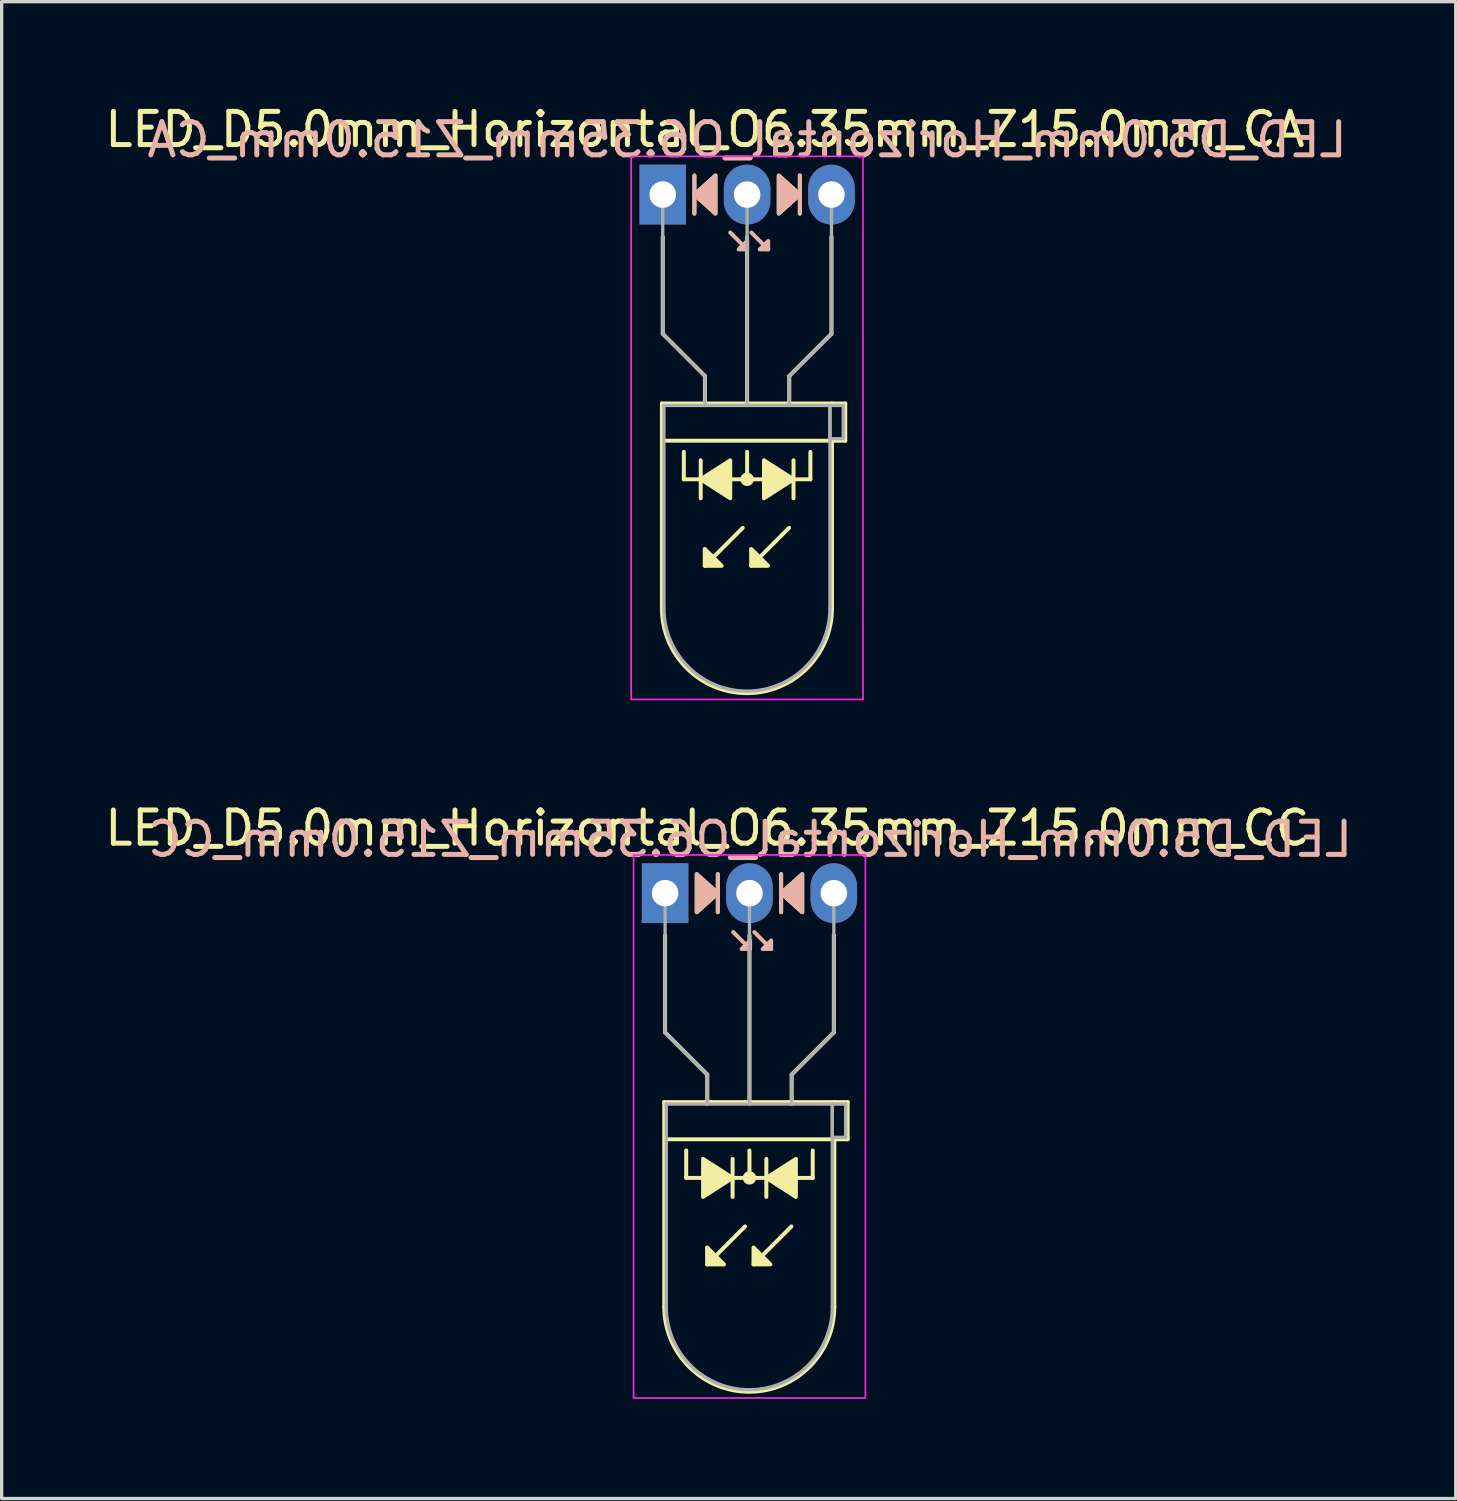
<source format=kicad_pcb>
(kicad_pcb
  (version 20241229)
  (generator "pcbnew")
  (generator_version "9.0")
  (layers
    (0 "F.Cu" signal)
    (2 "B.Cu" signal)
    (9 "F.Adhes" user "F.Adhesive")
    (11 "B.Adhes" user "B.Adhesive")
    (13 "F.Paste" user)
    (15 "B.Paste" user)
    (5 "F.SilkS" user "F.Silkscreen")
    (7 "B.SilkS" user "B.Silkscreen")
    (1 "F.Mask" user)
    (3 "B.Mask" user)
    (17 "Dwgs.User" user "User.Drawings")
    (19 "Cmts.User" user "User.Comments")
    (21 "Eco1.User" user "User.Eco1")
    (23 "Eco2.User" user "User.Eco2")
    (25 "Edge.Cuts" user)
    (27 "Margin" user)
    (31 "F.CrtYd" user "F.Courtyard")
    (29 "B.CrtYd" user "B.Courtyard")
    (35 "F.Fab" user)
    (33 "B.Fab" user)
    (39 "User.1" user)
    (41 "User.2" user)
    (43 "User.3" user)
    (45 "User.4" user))
  (footprint "LED_D5.0mm_Horizontal_O6.35mm_Z15.0mm_CA"
    (layer "F.Cu")
    (at 16.903 2.808)
    (property "Reference" "LED_D5.0mm_Horizontal_O6.35mm_Z15.0mm_CA" (at 1.27 -1.96 0) (layer "F.SilkS") (effects (font (size 1 1) (thickness 0.15))))
    (fp_line (start -0.025 6.29) (end -0.025 12.45) (stroke (width 0.12) (type solid)) (layer "F.SilkS"))
    (fp_line (start -0.025 6.29) (end 5.095 6.29) (stroke (width 0.12) (type solid)) (layer "F.SilkS"))
    (fp_line (start 0 1.27) (end 0 4.191) (stroke (width 0.12) (type default)) (layer "F.SilkS"))
    (fp_line (start 0 4.191) (end 1.27 5.461) (stroke (width 0.12) (type default)) (layer "F.SilkS"))
    (fp_line (start 0.635 8.572) (end 0.635 7.747) (stroke (width 0.12) (type default)) (layer "F.SilkS"))
    (fp_line (start 0.635 8.572) (end 4.445 8.572) (stroke (width 0.12) (type default)) (layer "F.SilkS"))
    (fp_line (start 0.953 -0.572) (end 0.953 0.572) (stroke (width 0.12) (type solid)) (layer "F.SilkS"))
    (fp_line (start 1.143 8.001) (end 1.143 9.144) (stroke (width 0.12) (type solid)) (layer "F.SilkS"))
    (fp_line (start 1.265 6.29) (end 1.265 6.29) (stroke (width 0.12) (type solid)) (layer "F.SilkS"))
    (fp_line (start 1.27 5.461) (end 1.27 6.29) (stroke (width 0.12) (type default)) (layer "F.SilkS"))
    (fp_line (start 2.408 10.033) (end 1.265 11.176) (stroke (width 0.12) (type solid)) (layer "F.SilkS"))
    (fp_line (start 2.54 6.29) (end 2.54 1.27) (stroke (width 0.12) (type default)) (layer "F.SilkS"))
    (fp_line (start 2.54 8.572) (end 2.54 7.747) (stroke (width 0.12) (type default)) (layer "F.SilkS"))
    (fp_line (start 3.805 6.29) (end 3.805 6.29) (stroke (width 0.12) (type solid)) (layer "F.SilkS"))
    (fp_line (start 3.805 10.033) (end 2.662 11.176) (stroke (width 0.12) (type solid)) (layer "F.SilkS"))
    (fp_line (start 3.81 5.461) (end 3.81 6.29) (stroke (width 0.12) (type default)) (layer "F.SilkS"))
    (fp_line (start 3.937 9.144) (end 3.937 8.001) (stroke (width 0.12) (type solid)) (layer "F.SilkS"))
    (fp_line (start 4.128 0.572) (end 4.128 -0.572) (stroke (width 0.12) (type solid)) (layer "F.SilkS"))
    (fp_line (start 4.445 8.572) (end 4.445 7.747) (stroke (width 0.12) (type default)) (layer "F.SilkS"))
    (fp_line (start 5.08 1.27) (end 5.08 4.191) (stroke (width 0.12) (type default)) (layer "F.SilkS"))
    (fp_line (start 5.08 4.191) (end 3.81 5.461) (stroke (width 0.12) (type default)) (layer "F.SilkS"))
    (fp_line (start 5.095 6.29) (end 5.495 6.29) (stroke (width 0.12) (type solid)) (layer "F.SilkS"))
    (fp_line (start 5.095 7.41) (end 5.095 12.45) (stroke (width 0.12) (type solid)) (layer "F.SilkS"))
    (fp_line (start 5.495 6.29) (end 5.495 7.41) (stroke (width 0.12) (type solid)) (layer "F.SilkS"))
    (fp_line (start 5.495 7.41) (end -0.005 7.41) (stroke (width 0.12) (type solid)) (layer "F.SilkS"))
    (fp_arc (start 5.095 12.45) (mid 2.535 15.01) (end -0.025 12.45) (stroke (width 0.12) (type solid)) (layer "F.SilkS"))
    (fp_circle (center 2.54 8.572) (end 2.682 8.572) (stroke (width 0.12) (type solid)) (fill yes) (layer "F.SilkS"))
    (fp_poly (pts (xy 1.265 10.668) (xy 1.773 11.176) (xy 1.265 11.176)) (stroke (width 0.12) (type solid)) (fill yes) (layer "F.SilkS"))
    (fp_poly (pts (xy 1.587 0.572) (xy 0.953 0) (xy 1.587 -0.572)) (stroke (width 0.12) (type solid)) (fill yes) (layer "F.SilkS"))
    (fp_poly (pts (xy 2.032 9.144) (xy 1.143 8.572) (xy 2.032 8.001)) (stroke (width 0.12) (type solid)) (fill yes) (layer "F.SilkS"))
    (fp_poly (pts (xy 2.662 10.668) (xy 3.17 11.176) (xy 2.662 11.176)) (stroke (width 0.12) (type solid)) (fill yes) (layer "F.SilkS"))
    (fp_poly (pts (xy 3.048 8.001) (xy 3.937 8.572) (xy 3.048 9.144)) (stroke (width 0.12) (type solid)) (fill yes) (layer "F.SilkS"))
    (fp_poly (pts (xy 3.493 -0.572) (xy 4.128 0) (xy 3.493 0.572)) (stroke (width 0.12) (type solid)) (fill yes) (layer "F.SilkS"))
    (fp_line (start 0.953 -0.572) (end 0.953 0.572) (stroke (width 0.12) (type solid)) (layer "B.SilkS"))
    (fp_line (start 2.54 1.651) (end 2.032 1.143) (stroke (width 0.12) (type solid)) (layer "B.SilkS"))
    (fp_line (start 3.175 1.651) (end 2.667 1.143) (stroke (width 0.12) (type solid)) (layer "B.SilkS"))
    (fp_line (start 4.128 0.572) (end 4.128 -0.572) (stroke (width 0.12) (type solid)) (layer "B.SilkS"))
    (fp_poly (pts (xy 1.587 0.572) (xy 0.953 0) (xy 1.587 -0.572)) (stroke (width 0.12) (type solid)) (fill yes) (layer "B.SilkS"))
    (fp_poly (pts (xy 2.54 1.397) (xy 2.286 1.651) (xy 2.54 1.651)) (stroke (width 0.12) (type solid)) (fill yes) (layer "B.SilkS"))
    (fp_poly (pts (xy 3.175 1.397) (xy 2.921 1.651) (xy 3.175 1.651)) (stroke (width 0.12) (type solid)) (fill yes) (layer "B.SilkS"))
    (fp_poly (pts (xy 3.493 0.572) (xy 4.128 0) (xy 3.493 -0.572)) (stroke (width 0.12) (type solid)) (fill yes) (layer "B.SilkS"))
    (fp_rect (start -0.95 -1.15) (end 6.03 15.2) (stroke (width 0.05) (type default)) (fill no) (layer "F.CrtYd"))
    (fp_line (start 0 0) (end 0 0) (stroke (width 0.1) (type solid)) (layer "F.Fab"))
    (fp_line (start 0 4.191) (end 0 0) (stroke (width 0.1) (type default)) (layer "F.Fab"))
    (fp_line (start 0.035 6.35) (end 0.035 12.45) (stroke (width 0.1) (type solid)) (layer "F.Fab"))
    (fp_line (start 0.035 6.35) (end 5.035 6.35) (stroke (width 0.1) (type solid)) (layer "F.Fab"))
    (fp_line (start 1.265 6.35) (end 1.265 6.35) (stroke (width 0.1) (type solid)) (layer "F.Fab"))
    (fp_line (start 1.27 5.461) (end 0 4.191) (stroke (width 0.1) (type default)) (layer "F.Fab"))
    (fp_line (start 1.27 5.461) (end 1.27 6.35) (stroke (width 0.1) (type default)) (layer "F.Fab"))
    (fp_line (start 2.54 0) (end 2.54 0) (stroke (width 0.1) (type solid)) (layer "F.Fab"))
    (fp_line (start 2.54 0) (end 2.54 6.35) (stroke (width 0.1) (type default)) (layer "F.Fab"))
    (fp_line (start 3.805 6.35) (end 3.805 6.35) (stroke (width 0.1) (type solid)) (layer "F.Fab"))
    (fp_line (start 3.81 5.461) (end 3.81 6.35) (stroke (width 0.1) (type default)) (layer "F.Fab"))
    (fp_line (start 3.81 5.461) (end 5.08 4.191) (stroke (width 0.1) (type default)) (layer "F.Fab"))
    (fp_line (start 5.035 6.35) (end 5.035 12.45) (stroke (width 0.1) (type solid)) (layer "F.Fab"))
    (fp_line (start 5.035 6.35) (end 5.435 6.35) (stroke (width 0.1) (type solid)) (layer "F.Fab"))
    (fp_line (start 5.035 7.35) (end 5.035 6.35) (stroke (width 0.1) (type solid)) (layer "F.Fab"))
    (fp_line (start 5.08 4.191) (end 5.08 0) (stroke (width 0.1) (type default)) (layer "F.Fab"))
    (fp_line (start 5.435 6.35) (end 5.435 7.35) (stroke (width 0.1) (type solid)) (layer "F.Fab"))
    (fp_line (start 5.435 7.35) (end 5.035 7.35) (stroke (width 0.1) (type solid)) (layer "F.Fab"))
    (fp_arc (start 5.035 12.45) (mid 2.535 14.95) (end 0.035 12.45) (stroke (width 0.1) (type solid)) (layer "F.Fab"))
    (fp_text user "${REFERENCE}" (at 2.54 -1.651 0) (layer "B.SilkS") (effects (font (size 1 1) (thickness 0.15)) (justify mirror)))
    (pad "1" thru_hole rect (at 0 0) (size 1.4 1.8) (drill 0.8) (layers "*.Cu" "*.Mask"))
    (pad "2" thru_hole oval (at 2.54 0) (size 1.4 1.8) (drill 0.8) (layers "*.Cu" "*.Mask"))
    (pad "3" thru_hole oval (at 5.08 0) (size 1.4 1.8) (drill 0.8) (layers "*.Cu" "*.Mask")))
  (footprint "LED_D5.0mm_Horizontal_O6.35mm_Z15.0mm_CC"
    (layer "F.Cu")
    (at 16.974 23.841)
    (property "Reference" "LED_D5.0mm_Horizontal_O6.35mm_Z15.0mm_CC" (at 1.27 -1.96 0) (layer "F.SilkS") (effects (font (size 1 1) (thickness 0.15))))
    (fp_line (start -0.025 6.29) (end -0.025 12.45) (stroke (width 0.12) (type solid)) (layer "F.SilkS"))
    (fp_line (start -0.025 6.29) (end 5.095 6.29) (stroke (width 0.12) (type solid)) (layer "F.SilkS"))
    (fp_line (start 0 1.27) (end 0 4.191) (stroke (width 0.12) (type default)) (layer "F.SilkS"))
    (fp_line (start 0 4.191) (end 1.27 5.461) (stroke (width 0.12) (type default)) (layer "F.SilkS"))
    (fp_line (start 0.635 8.572) (end 0.635 7.747) (stroke (width 0.12) (type default)) (layer "F.SilkS"))
    (fp_line (start 0.635 8.572) (end 4.445 8.572) (stroke (width 0.12) (type default)) (layer "F.SilkS"))
    (fp_line (start 1.265 6.29) (end 1.265 6.29) (stroke (width 0.12) (type solid)) (layer "F.SilkS"))
    (fp_line (start 1.27 5.461) (end 1.27 6.29) (stroke (width 0.12) (type default)) (layer "F.SilkS"))
    (fp_line (start 1.587 0.572) (end 1.587 -0.572) (stroke (width 0.12) (type solid)) (layer "F.SilkS"))
    (fp_line (start 2.032 9.144) (end 2.032 8.001) (stroke (width 0.12) (type solid)) (layer "F.SilkS"))
    (fp_line (start 2.408 10.033) (end 1.265 11.176) (stroke (width 0.12) (type solid)) (layer "F.SilkS"))
    (fp_line (start 2.54 6.29) (end 2.54 1.27) (stroke (width 0.12) (type default)) (layer "F.SilkS"))
    (fp_line (start 2.54 8.572) (end 2.54 7.747) (stroke (width 0.12) (type default)) (layer "F.SilkS"))
    (fp_line (start 3.048 8.001) (end 3.048 9.144) (stroke (width 0.12) (type solid)) (layer "F.SilkS"))
    (fp_line (start 3.493 -0.572) (end 3.493 0.572) (stroke (width 0.12) (type solid)) (layer "F.SilkS"))
    (fp_line (start 3.805 6.29) (end 3.805 6.29) (stroke (width 0.12) (type solid)) (layer "F.SilkS"))
    (fp_line (start 3.805 10.033) (end 2.662 11.176) (stroke (width 0.12) (type solid)) (layer "F.SilkS"))
    (fp_line (start 3.81 5.461) (end 3.81 6.29) (stroke (width 0.12) (type default)) (layer "F.SilkS"))
    (fp_line (start 4.445 8.572) (end 4.445 7.747) (stroke (width 0.12) (type default)) (layer "F.SilkS"))
    (fp_line (start 5.08 1.27) (end 5.08 4.191) (stroke (width 0.12) (type default)) (layer "F.SilkS"))
    (fp_line (start 5.08 4.191) (end 3.81 5.461) (stroke (width 0.12) (type default)) (layer "F.SilkS"))
    (fp_line (start 5.095 6.29) (end 5.495 6.29) (stroke (width 0.12) (type solid)) (layer "F.SilkS"))
    (fp_line (start 5.095 7.41) (end 5.095 12.45) (stroke (width 0.12) (type solid)) (layer "F.SilkS"))
    (fp_line (start 5.495 6.29) (end 5.495 7.41) (stroke (width 0.12) (type solid)) (layer "F.SilkS"))
    (fp_line (start 5.495 7.41) (end -0.005 7.41) (stroke (width 0.12) (type solid)) (layer "F.SilkS"))
    (fp_arc (start 5.095 12.45) (mid 2.535 15.01) (end -0.025 12.45) (stroke (width 0.12) (type solid)) (layer "F.SilkS"))
    (fp_circle (center 2.54 8.572) (end 2.682 8.572) (stroke (width 0.12) (type solid)) (fill yes) (layer "F.SilkS"))
    (fp_poly (pts (xy 0.953 -0.572) (xy 1.587 0) (xy 0.953 0.572)) (stroke (width 0.12) (type solid)) (fill yes) (layer "F.SilkS"))
    (fp_poly (pts (xy 1.143 8.001) (xy 2.032 8.572) (xy 1.143 9.144)) (stroke (width 0.12) (type solid)) (fill yes) (layer "F.SilkS"))
    (fp_poly (pts (xy 1.265 10.668) (xy 1.773 11.176) (xy 1.265 11.176)) (stroke (width 0.12) (type solid)) (fill yes) (layer "F.SilkS"))
    (fp_poly (pts (xy 2.662 10.668) (xy 3.17 11.176) (xy 2.662 11.176)) (stroke (width 0.12) (type solid)) (fill yes) (layer "F.SilkS"))
    (fp_poly (pts (xy 3.937 9.144) (xy 3.048 8.572) (xy 3.937 8.001)) (stroke (width 0.12) (type solid)) (fill yes) (layer "F.SilkS"))
    (fp_poly (pts (xy 4.128 0.572) (xy 3.493 0) (xy 4.128 -0.572)) (stroke (width 0.12) (type solid)) (fill yes) (layer "F.SilkS"))
    (fp_line (start 1.587 0.572) (end 1.587 -0.572) (stroke (width 0.12) (type solid)) (layer "B.SilkS"))
    (fp_line (start 2.559 1.679) (end 2.051 1.171) (stroke (width 0.12) (type solid)) (layer "B.SilkS"))
    (fp_line (start 3.194 1.679) (end 2.686 1.171) (stroke (width 0.12) (type solid)) (layer "B.SilkS"))
    (fp_line (start 3.493 -0.572) (end 3.493 0.572) (stroke (width 0.12) (type solid)) (layer "B.SilkS"))
    (fp_poly (pts (xy 0.953 0.572) (xy 1.587 0) (xy 0.953 -0.572)) (stroke (width 0.12) (type solid)) (fill yes) (layer "B.SilkS"))
    (fp_poly (pts (xy 2.559 1.425) (xy 2.305 1.679) (xy 2.559 1.679)) (stroke (width 0.12) (type solid)) (fill yes) (layer "B.SilkS"))
    (fp_poly (pts (xy 3.194 1.425) (xy 2.94 1.679) (xy 3.194 1.679)) (stroke (width 0.12) (type solid)) (fill yes) (layer "B.SilkS"))
    (fp_poly (pts (xy 4.128 0.572) (xy 3.493 0) (xy 4.128 -0.572)) (stroke (width 0.12) (type solid)) (fill yes) (layer "B.SilkS"))
    (fp_rect (start -0.95 -1.15) (end 6.03 15.2) (stroke (width 0.05) (type default)) (fill no) (layer "F.CrtYd"))
    (fp_line (start 0 0) (end 0 0) (stroke (width 0.1) (type solid)) (layer "F.Fab"))
    (fp_line (start 0 4.191) (end 0 0) (stroke (width 0.1) (type default)) (layer "F.Fab"))
    (fp_line (start 0.035 6.35) (end 0.035 12.45) (stroke (width 0.1) (type solid)) (layer "F.Fab"))
    (fp_line (start 0.035 6.35) (end 5.035 6.35) (stroke (width 0.1) (type solid)) (layer "F.Fab"))
    (fp_line (start 1.265 6.35) (end 1.265 6.35) (stroke (width 0.1) (type solid)) (layer "F.Fab"))
    (fp_line (start 1.27 5.461) (end 0 4.191) (stroke (width 0.1) (type default)) (layer "F.Fab"))
    (fp_line (start 1.27 5.461) (end 1.27 6.35) (stroke (width 0.1) (type default)) (layer "F.Fab"))
    (fp_line (start 2.54 0) (end 2.54 0) (stroke (width 0.1) (type solid)) (layer "F.Fab"))
    (fp_line (start 2.54 0) (end 2.54 6.35) (stroke (width 0.1) (type default)) (layer "F.Fab"))
    (fp_line (start 3.805 6.35) (end 3.805 6.35) (stroke (width 0.1) (type solid)) (layer "F.Fab"))
    (fp_line (start 3.81 5.461) (end 3.81 6.35) (stroke (width 0.1) (type default)) (layer "F.Fab"))
    (fp_line (start 3.81 5.461) (end 5.08 4.191) (stroke (width 0.1) (type default)) (layer "F.Fab"))
    (fp_line (start 5.035 6.35) (end 5.035 12.45) (stroke (width 0.1) (type solid)) (layer "F.Fab"))
    (fp_line (start 5.035 6.35) (end 5.435 6.35) (stroke (width 0.1) (type solid)) (layer "F.Fab"))
    (fp_line (start 5.035 7.35) (end 5.035 6.35) (stroke (width 0.1) (type solid)) (layer "F.Fab"))
    (fp_line (start 5.08 4.191) (end 5.08 0) (stroke (width 0.1) (type default)) (layer "F.Fab"))
    (fp_line (start 5.435 6.35) (end 5.435 7.35) (stroke (width 0.1) (type solid)) (layer "F.Fab"))
    (fp_line (start 5.435 7.35) (end 5.035 7.35) (stroke (width 0.1) (type solid)) (layer "F.Fab"))
    (fp_arc (start 5.035 12.45) (mid 2.535 14.95) (end 0.035 12.45) (stroke (width 0.1) (type solid)) (layer "F.Fab"))
    (fp_text user "${REFERENCE}" (at 2.559 -1.623 0) (layer "B.SilkS") (effects (font (size 1 1) (thickness 0.15)) (justify mirror)))
    (pad "1" thru_hole rect (at 0 0) (size 1.4 1.8) (drill 0.8) (layers "*.Cu" "*.Mask"))
    (pad "2" thru_hole oval (at 2.54 0) (size 1.4 1.8) (drill 0.8) (layers "*.Cu" "*.Mask"))
    (pad "3" thru_hole oval (at 5.08 0) (size 1.4 1.8) (drill 0.8) (layers "*.Cu" "*.Mask")))
  (gr_rect
    (start -3 -3)
    (end 40.777 42.066)
    (stroke (width 0.1) (type default))
    (fill no)
    (layer "Edge.Cuts")))
</source>
